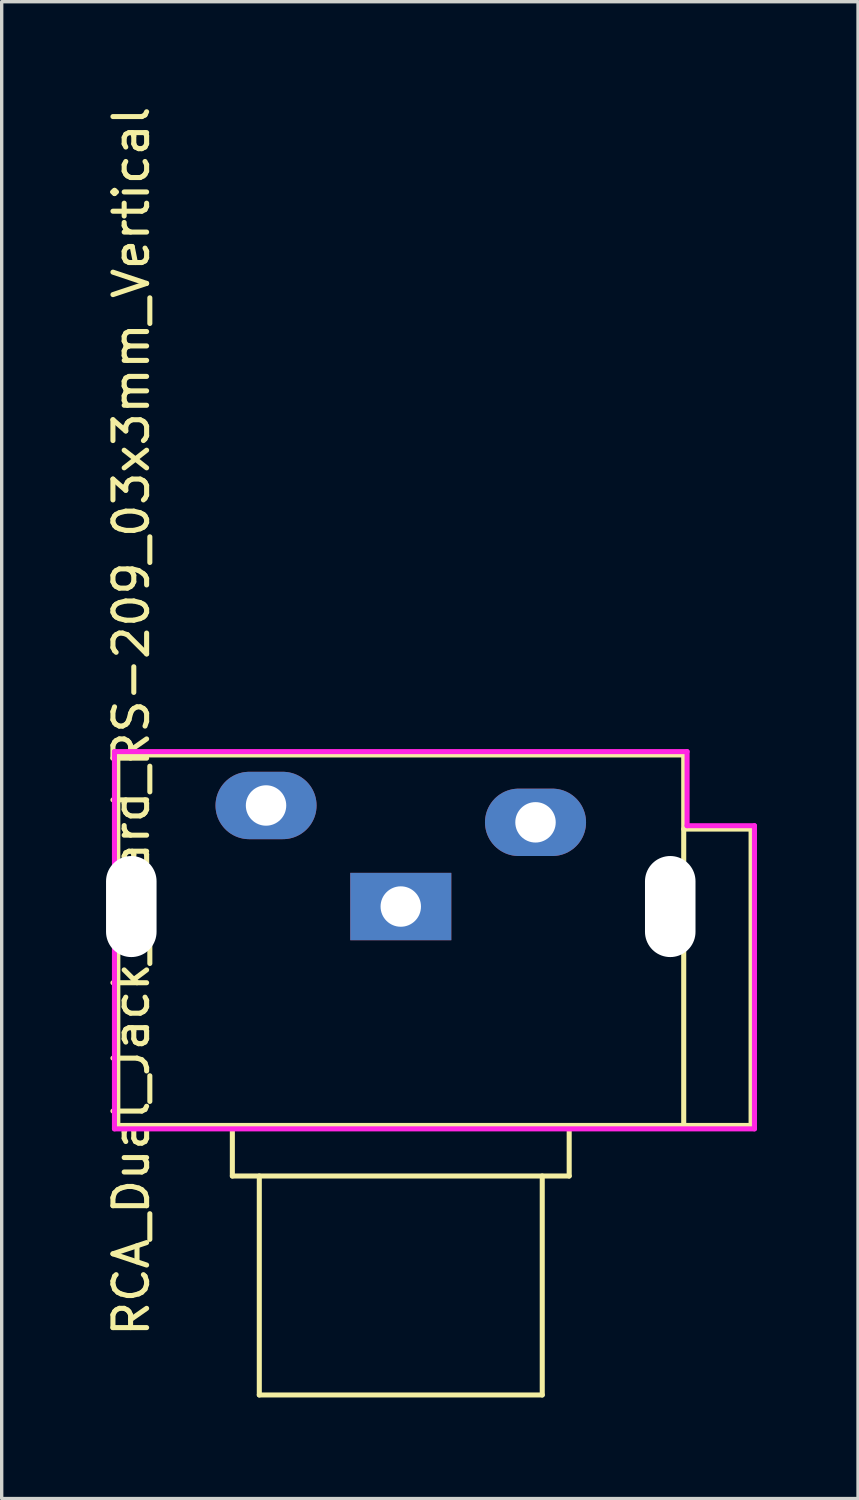
<source format=kicad_pcb>
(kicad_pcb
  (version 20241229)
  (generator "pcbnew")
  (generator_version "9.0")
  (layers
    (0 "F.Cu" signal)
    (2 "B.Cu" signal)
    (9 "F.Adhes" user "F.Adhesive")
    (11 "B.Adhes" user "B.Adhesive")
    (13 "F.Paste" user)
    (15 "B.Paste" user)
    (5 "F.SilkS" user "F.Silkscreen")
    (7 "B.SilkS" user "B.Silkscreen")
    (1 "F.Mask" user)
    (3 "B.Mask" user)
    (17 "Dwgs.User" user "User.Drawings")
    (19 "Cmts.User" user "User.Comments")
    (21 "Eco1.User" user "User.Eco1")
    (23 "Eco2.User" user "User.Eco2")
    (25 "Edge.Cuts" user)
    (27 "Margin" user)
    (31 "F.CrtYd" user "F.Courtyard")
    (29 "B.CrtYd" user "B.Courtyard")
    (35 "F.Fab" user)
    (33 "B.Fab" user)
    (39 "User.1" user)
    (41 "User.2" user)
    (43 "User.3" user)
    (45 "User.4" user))
  (footprint "RCA_Dual_Jack_Board_RS-209_03x3mm_Vertical"
    (layer "F.Cu")
    (at 8.848 23.863)
    (property "Reference" "RCA_Dual_Jack_Board_RS-209_03x3mm_Vertical" (at -8 -5.5 90) (layer "F.SilkS") (effects (font (size 1 1) (thickness 0.15))))
    (attr through_hole)
    (fp_line (start -8.4 -4.5) (end -8.4 6.5) (stroke (width 0.15) (type solid)) (layer "F.SilkS"))
    (fp_line (start -8.4 6.5) (end 0 6.5) (stroke (width 0.15) (type solid)) (layer "F.SilkS"))
    (fp_line (start -5 8) (end -5 6.5) (stroke (width 0.15) (type solid)) (layer "F.SilkS"))
    (fp_line (start -4.2 8) (end -4.2 14.5) (stroke (width 0.15) (type solid)) (layer "F.SilkS"))
    (fp_line (start -4.2 14.5) (end 4.2 14.5) (stroke (width 0.15) (type solid)) (layer "F.SilkS"))
    (fp_line (start 0 6.5) (end 8.4 6.5) (stroke (width 0.15) (type solid)) (layer "F.SilkS"))
    (fp_line (start 4.2 14.5) (end 4.2 8) (stroke (width 0.15) (type solid)) (layer "F.SilkS"))
    (fp_line (start 5 6.5) (end 5 8) (stroke (width 0.15) (type solid)) (layer "F.SilkS"))
    (fp_line (start 5 8) (end -5 8) (stroke (width 0.15) (type solid)) (layer "F.SilkS"))
    (fp_line (start 8.4 -4.5) (end -8.4 -4.5) (stroke (width 0.15) (type solid)) (layer "F.SilkS"))
    (fp_line (start 8.4 6.5) (end 8.4 -4.5) (stroke (width 0.15) (type solid)) (layer "F.SilkS"))
    (fp_line (start 8.4 6.5) (end 9.4 6.5) (stroke (width 0.15) (type solid)) (layer "F.SilkS"))
    (fp_line (start 9.4 6.5) (end 10.4 6.5) (stroke (width 0.15) (type solid)) (layer "F.SilkS"))
    (fp_line (start 10.4 -2.3) (end 8.4 -2.3) (stroke (width 0.15) (type solid)) (layer "F.SilkS"))
    (fp_line (start 10.4 6.5) (end 10.4 -2.3) (stroke (width 0.15) (type solid)) (layer "F.SilkS"))
    (fp_line (start -8.5 -4.6) (end 8.5 -4.6) (stroke (width 0.15) (type solid)) (layer "F.CrtYd"))
    (fp_line (start -8.5 -4.5) (end -8.5 -4.6) (stroke (width 0.15) (type solid)) (layer "F.CrtYd"))
    (fp_line (start -8.5 6.6) (end -8.5 -4.5) (stroke (width 0.15) (type solid)) (layer "F.CrtYd"))
    (fp_line (start 8.5 -4.6) (end 8.5 -2.4) (stroke (width 0.15) (type solid)) (layer "F.CrtYd"))
    (fp_line (start 8.5 -2.4) (end 10.5 -2.4) (stroke (width 0.15) (type solid)) (layer "F.CrtYd"))
    (fp_line (start 10.5 -2.4) (end 10.5 6.6) (stroke (width 0.15) (type solid)) (layer "F.CrtYd"))
    (fp_line (start 10.5 6.6) (end -8.5 6.6) (stroke (width 0.15) (type solid)) (layer "F.CrtYd"))
    (pad "" np_thru_hole oval (at -8 0) (size 1.5 3) (drill oval 1.5 3) (layers "*.Cu" "*.Mask"))
    (pad "" np_thru_hole oval (at 8 0) (size 1.5 3) (drill oval 1.5 3) (layers "*.Cu" "*.Mask"))
    (pad "1" thru_hole oval (at -4 -3) (size 3 2) (drill 1.2) (layers "*.Cu" "*.Mask"))
    (pad "2" thru_hole oval (at 4 -2.5) (size 3 2) (drill 1.2) (layers "*.Cu" "*.Mask"))
    (pad "3" thru_hole rect (at 0 0) (size 3 2) (drill 1.2) (layers "*.Cu" "*.Mask")))
  (gr_rect
    (start -3 -3)
    (end 22.423 41.438)
    (stroke (width 0.1) (type default))
    (fill no)
    (layer "Edge.Cuts")))
</source>
